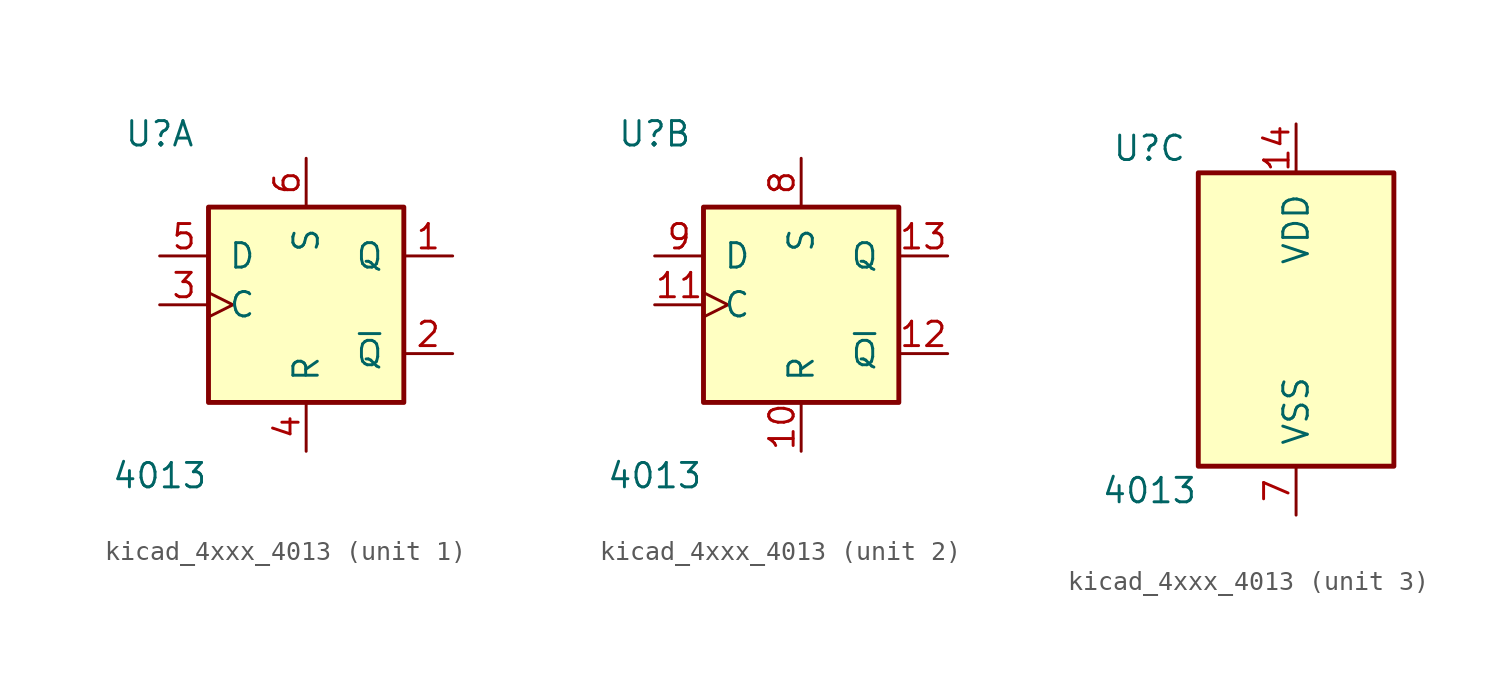
<source format=kicad_sym>
(kicad_symbol_lib
  (version 20220914)
  (generator kicad_symbol_editor)
  (symbol "kicad_4xxx_4013"
    (pin_names
      (offset 1.016))
    (property "Reference" "U"
      (at -7.62 8.89 0)
      (effects (font (size 1.27 1.27))))
    (property "Value" "4013"
      (at -7.62 -8.89 0)
      (effects (font (size 1.27 1.27))))
    (property "ki_locked" ""
      (at 0 0 0)
      (effects (font (size 1.27 1.27))))
    (symbol "kicad_4xxx_4013_1_1"
      (rectangle (start -5.08 5.08) (end 5.08 -5.08) (stroke (width 0.254) (type default)) (fill (type background)))
      (pin output line (at 7.62 2.54 180) (length 2.54) (name "Q" (effects (font (size 1.27 1.27)))) (number "1" (effects (font (size 1.27 1.27)))))
      (pin output line (at 7.62 -2.54 180) (length 2.54) (name "~{Q}" (effects (font (size 1.27 1.27)))) (number "2" (effects (font (size 1.27 1.27)))))
      (pin input clock (at -7.62 0 0) (length 2.54) (name "C" (effects (font (size 1.27 1.27)))) (number "3" (effects (font (size 1.27 1.27)))))
      (pin input line (at 0 -7.62 90) (length 2.54) (name "R" (effects (font (size 1.27 1.27)))) (number "4" (effects (font (size 1.27 1.27)))))
      (pin input line (at -7.62 2.54 0) (length 2.54) (name "D" (effects (font (size 1.27 1.27)))) (number "5" (effects (font (size 1.27 1.27)))))
      (pin input line (at 0 7.62 270) (length 2.54) (name "S" (effects (font (size 1.27 1.27)))) (number "6" (effects (font (size 1.27 1.27))))))
    (symbol "kicad_4xxx_4013_2_1"
      (rectangle (start -5.08 5.08) (end 5.08 -5.08) (stroke (width 0.254) (type default)) (fill (type background)))
      (pin input line (at 0 -7.62 90) (length 2.54) (name "R" (effects (font (size 1.27 1.27)))) (number "10" (effects (font (size 1.27 1.27)))))
      (pin input clock (at -7.62 0 0) (length 2.54) (name "C" (effects (font (size 1.27 1.27)))) (number "11" (effects (font (size 1.27 1.27)))))
      (pin output line (at 7.62 -2.54 180) (length 2.54) (name "~{Q}" (effects (font (size 1.27 1.27)))) (number "12" (effects (font (size 1.27 1.27)))))
      (pin output line (at 7.62 2.54 180) (length 2.54) (name "Q" (effects (font (size 1.27 1.27)))) (number "13" (effects (font (size 1.27 1.27)))))
      (pin input line (at 0 7.62 270) (length 2.54) (name "S" (effects (font (size 1.27 1.27)))) (number "8" (effects (font (size 1.27 1.27)))))
      (pin input line (at -7.62 2.54 0) (length 2.54) (name "D" (effects (font (size 1.27 1.27)))) (number "9" (effects (font (size 1.27 1.27))))))
    (symbol "kicad_4xxx_4013_3_0"
      (pin power_in line (at 0 10.16 270) (length 2.54) (name "VDD" (effects (font (size 1.27 1.27)))) (number "14" (effects (font (size 1.27 1.27)))))
      (pin power_in line (at 0 -10.16 90) (length 2.54) (name "VSS" (effects (font (size 1.27 1.27)))) (number "7" (effects (font (size 1.27 1.27))))))
    (symbol "kicad_4xxx_4013_3_1"
      (rectangle (start -5.08 7.62) (end 5.08 -7.62) (stroke (width 0.254) (type default)) (fill (type background))))))
</source>
